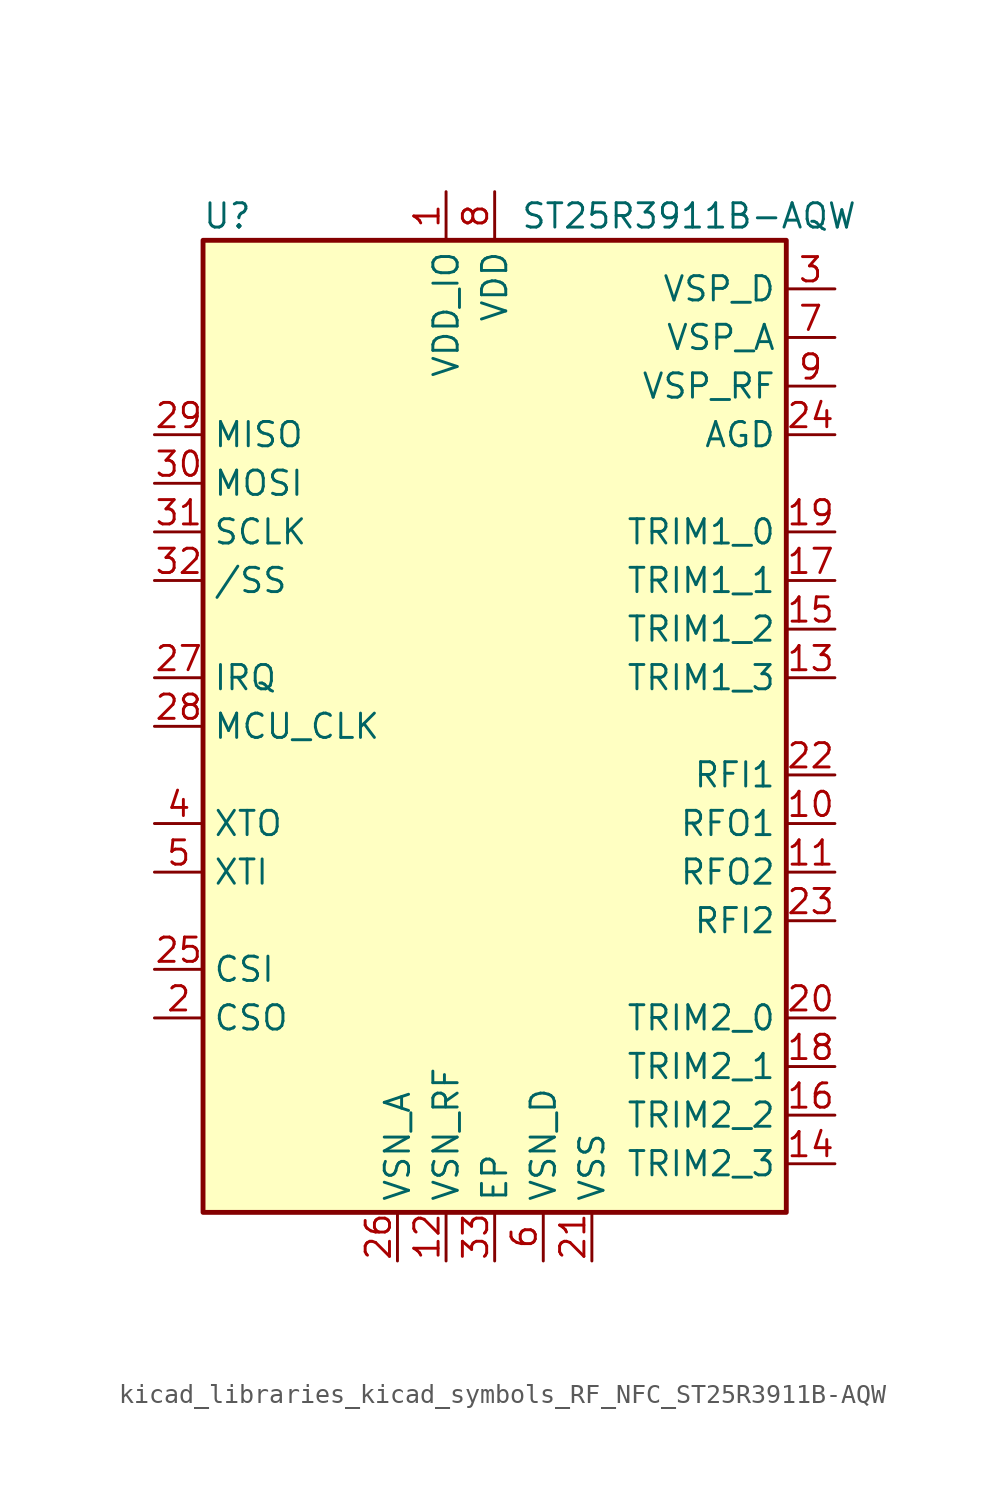
<source format=kicad_sym>
(kicad_symbol_lib
  (version 20220914)
  (generator kicad_symbol_editor)
  (symbol "kicad_libraries_kicad_symbols_RF_NFC_ST25R3911B-AQW"
    (property "Reference" "U"
      (at -13.97 26.67 0)
      (effects (font (size 1.27 1.27))))
    (property "Value" "ST25R3911B-AQW"
      (at 10.16 26.67 0)
      (effects (font (size 1.27 1.27))))
    (symbol "kicad_libraries_kicad_symbols_RF_NFC_ST25R3911B-AQW_0_1"
      (rectangle (start -15.24 25.4) (end 15.24 -25.4) (stroke (width 0.254) (type default)) (fill (type background))))
    (symbol "kicad_libraries_kicad_symbols_RF_NFC_ST25R3911B-AQW_1_1"
      (pin power_in line (at -2.54 27.94 270) (length 2.54) (name "VDD_IO" (effects (font (size 1.27 1.27)))) (number "1" (effects (font (size 1.27 1.27)))))
      (pin output line (at 17.78 -5.08 180) (length 2.54) (name "RFO1" (effects (font (size 1.27 1.27)))) (number "10" (effects (font (size 1.27 1.27)))))
      (pin output line (at 17.78 -7.62 180) (length 2.54) (name "RFO2" (effects (font (size 1.27 1.27)))) (number "11" (effects (font (size 1.27 1.27)))))
      (pin power_in line (at -2.54 -27.94 90) (length 2.54) (name "VSN_RF" (effects (font (size 1.27 1.27)))) (number "12" (effects (font (size 1.27 1.27)))))
      (pin passive line (at 17.78 2.54 180) (length 2.54) (name "TRIM1_3" (effects (font (size 1.27 1.27)))) (number "13" (effects (font (size 1.27 1.27)))))
      (pin passive line (at 17.78 -22.86 180) (length 2.54) (name "TRIM2_3" (effects (font (size 1.27 1.27)))) (number "14" (effects (font (size 1.27 1.27)))))
      (pin passive line (at 17.78 5.08 180) (length 2.54) (name "TRIM1_2" (effects (font (size 1.27 1.27)))) (number "15" (effects (font (size 1.27 1.27)))))
      (pin passive line (at 17.78 -20.32 180) (length 2.54) (name "TRIM2_2" (effects (font (size 1.27 1.27)))) (number "16" (effects (font (size 1.27 1.27)))))
      (pin passive line (at 17.78 7.62 180) (length 2.54) (name "TRIM1_1" (effects (font (size 1.27 1.27)))) (number "17" (effects (font (size 1.27 1.27)))))
      (pin passive line (at 17.78 -17.78 180) (length 2.54) (name "TRIM2_1" (effects (font (size 1.27 1.27)))) (number "18" (effects (font (size 1.27 1.27)))))
      (pin passive line (at 17.78 10.16 180) (length 2.54) (name "TRIM1_0" (effects (font (size 1.27 1.27)))) (number "19" (effects (font (size 1.27 1.27)))))
      (pin output line (at -17.78 -15.24 0) (length 2.54) (name "CSO" (effects (font (size 1.27 1.27)))) (number "2" (effects (font (size 1.27 1.27)))))
      (pin passive line (at 17.78 -15.24 180) (length 2.54) (name "TRIM2_0" (effects (font (size 1.27 1.27)))) (number "20" (effects (font (size 1.27 1.27)))))
      (pin power_in line (at 5.08 -27.94 90) (length 2.54) (name "VSS" (effects (font (size 1.27 1.27)))) (number "21" (effects (font (size 1.27 1.27)))))
      (pin passive line (at 17.78 -2.54 180) (length 2.54) (name "RFI1" (effects (font (size 1.27 1.27)))) (number "22" (effects (font (size 1.27 1.27)))))
      (pin passive line (at 17.78 -10.16 180) (length 2.54) (name "RFI2" (effects (font (size 1.27 1.27)))) (number "23" (effects (font (size 1.27 1.27)))))
      (pin passive line (at 17.78 15.24 180) (length 2.54) (name "AGD" (effects (font (size 1.27 1.27)))) (number "24" (effects (font (size 1.27 1.27)))))
      (pin passive line (at -17.78 -12.7 0) (length 2.54) (name "CSI" (effects (font (size 1.27 1.27)))) (number "25" (effects (font (size 1.27 1.27)))))
      (pin power_in line (at -5.08 -27.94 90) (length 2.54) (name "VSN_A" (effects (font (size 1.27 1.27)))) (number "26" (effects (font (size 1.27 1.27)))))
      (pin output line (at -17.78 2.54 0) (length 2.54) (name "IRQ" (effects (font (size 1.27 1.27)))) (number "27" (effects (font (size 1.27 1.27)))))
      (pin output line (at -17.78 0 0) (length 2.54) (name "MCU_CLK" (effects (font (size 1.27 1.27)))) (number "28" (effects (font (size 1.27 1.27)))))
      (pin output line (at -17.78 15.24 0) (length 2.54) (name "MISO" (effects (font (size 1.27 1.27)))) (number "29" (effects (font (size 1.27 1.27)))))
      (pin power_out line (at 17.78 22.86 180) (length 2.54) (name "VSP_D" (effects (font (size 1.27 1.27)))) (number "3" (effects (font (size 1.27 1.27)))))
      (pin input line (at -17.78 12.7 0) (length 2.54) (name "MOSI" (effects (font (size 1.27 1.27)))) (number "30" (effects (font (size 1.27 1.27)))))
      (pin input line (at -17.78 10.16 0) (length 2.54) (name "SCLK" (effects (font (size 1.27 1.27)))) (number "31" (effects (font (size 1.27 1.27)))))
      (pin input line (at -17.78 7.62 0) (length 2.54) (name "/SS" (effects (font (size 1.27 1.27)))) (number "32" (effects (font (size 1.27 1.27)))))
      (pin power_in line (at 0 -27.94 90) (length 2.54) (name "EP" (effects (font (size 1.27 1.27)))) (number "33" (effects (font (size 1.27 1.27)))))
      (pin output line (at -17.78 -5.08 0) (length 2.54) (name "XTO" (effects (font (size 1.27 1.27)))) (number "4" (effects (font (size 1.27 1.27)))))
      (pin passive line (at -17.78 -7.62 0) (length 2.54) (name "XTI" (effects (font (size 1.27 1.27)))) (number "5" (effects (font (size 1.27 1.27)))))
      (pin power_in line (at 2.54 -27.94 90) (length 2.54) (name "VSN_D" (effects (font (size 1.27 1.27)))) (number "6" (effects (font (size 1.27 1.27)))))
      (pin power_out line (at 17.78 20.32 180) (length 2.54) (name "VSP_A" (effects (font (size 1.27 1.27)))) (number "7" (effects (font (size 1.27 1.27)))))
      (pin power_in line (at 0 27.94 270) (length 2.54) (name "VDD" (effects (font (size 1.27 1.27)))) (number "8" (effects (font (size 1.27 1.27)))))
      (pin power_out line (at 17.78 17.78 180) (length 2.54) (name "VSP_RF" (effects (font (size 1.27 1.27)))) (number "9" (effects (font (size 1.27 1.27))))))))
</source>
